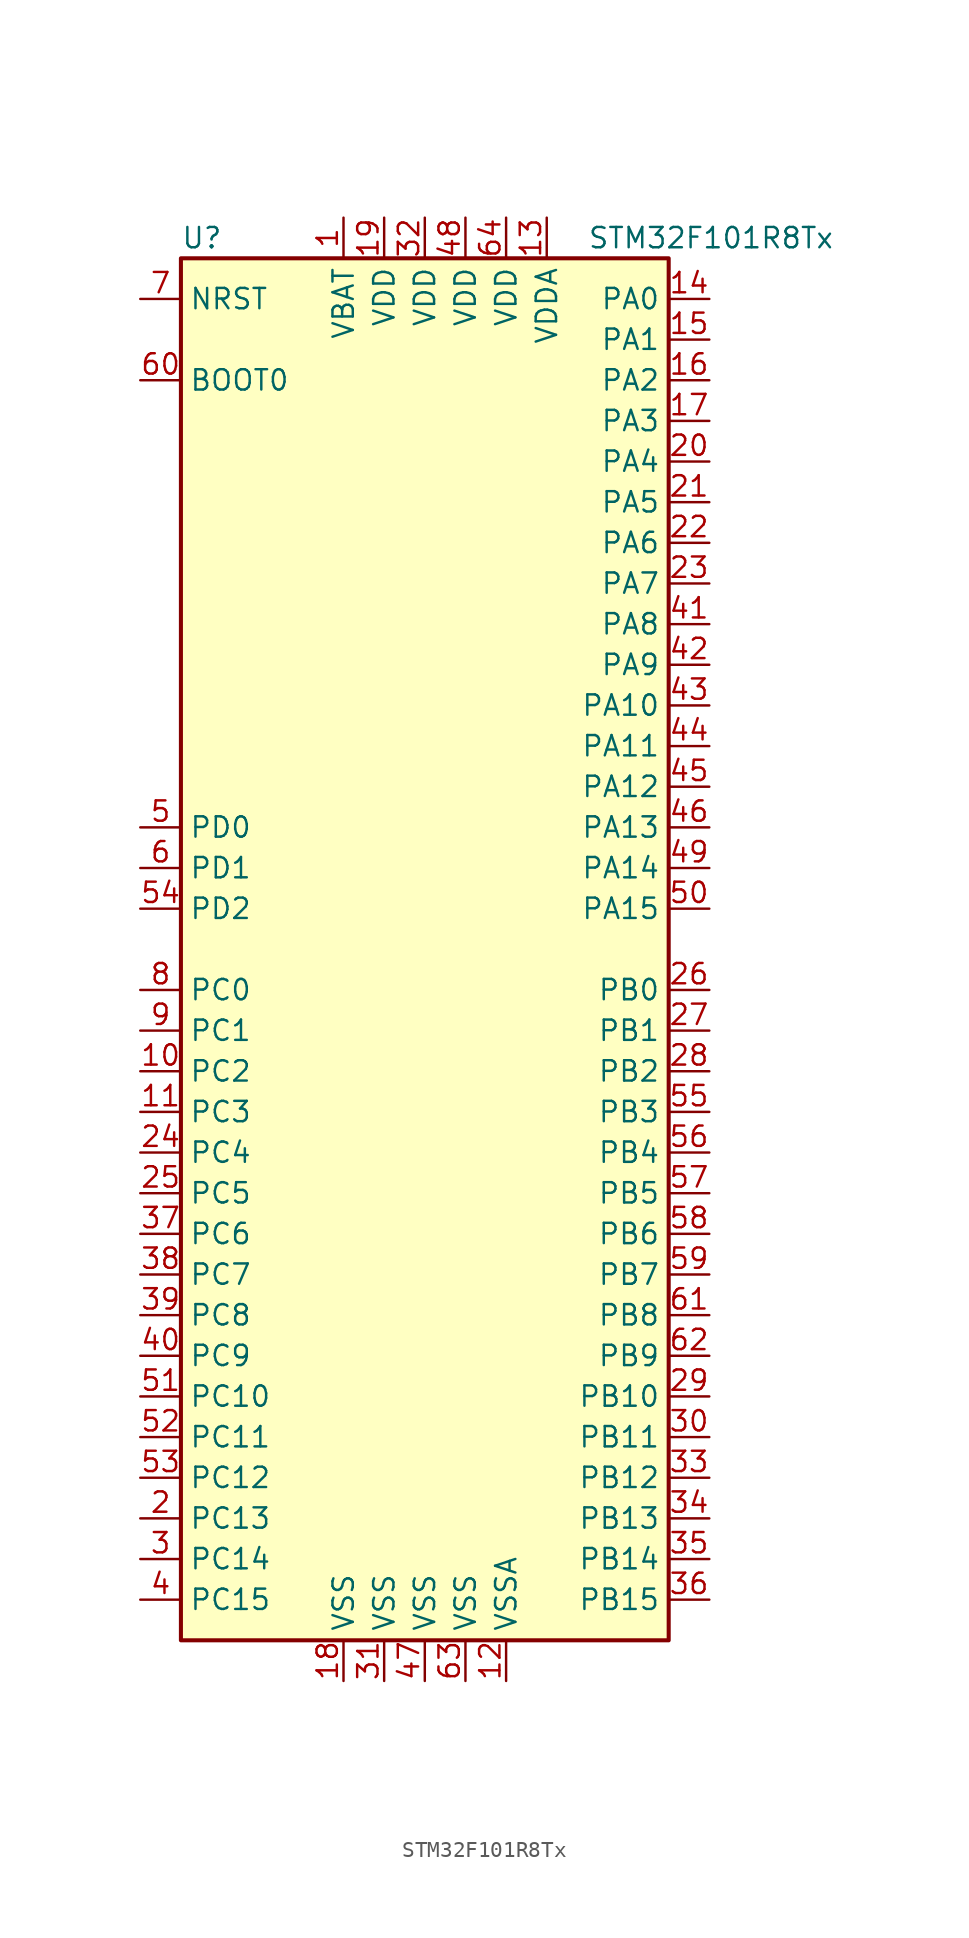
<source format=kicad_sym>
(kicad_symbol_lib
  (version 20201005)
  (generator kicad_symbol_editor)
  (symbol "STM32F101R8Tx"
    (property "Reference" "U"
      (at -15.24 44.45 0)
      (effects (font (size 1.27 1.27)) (justify left)))
    (property "Value" "STM32F101R8Tx"
      (at 10.16 44.45 0)
      (effects (font (size 1.27 1.27)) (justify left)))
    (symbol "STM32F101R8Tx_0_1"
      (rectangle (start -15.24 -43.18) (end 15.24 43.18) (stroke (width 0.254)) (fill (type background))))
    (symbol "STM32F101R8Tx_1_1"
      (pin power_in line (at -5.08 45.72 270) (length 2.54) (name "VBAT" (effects (font (size 1.27 1.27)))) (number "1" (effects (font (size 1.27 1.27)))))
      (pin bidirectional line (at -17.78 -7.62 0) (length 2.54) (name "PC2" (effects (font (size 1.27 1.27)))) (number "10" (effects (font (size 1.27 1.27)))))
      (pin bidirectional line (at -17.78 -10.16 0) (length 2.54) (name "PC3" (effects (font (size 1.27 1.27)))) (number "11" (effects (font (size 1.27 1.27)))))
      (pin power_in line (at 5.08 -45.72 90) (length 2.54) (name "VSSA" (effects (font (size 1.27 1.27)))) (number "12" (effects (font (size 1.27 1.27)))))
      (pin power_in line (at 7.62 45.72 270) (length 2.54) (name "VDDA" (effects (font (size 1.27 1.27)))) (number "13" (effects (font (size 1.27 1.27)))))
      (pin bidirectional line (at 17.78 40.64 180) (length 2.54) (name "PA0" (effects (font (size 1.27 1.27)))) (number "14" (effects (font (size 1.27 1.27)))))
      (pin bidirectional line (at 17.78 38.1 180) (length 2.54) (name "PA1" (effects (font (size 1.27 1.27)))) (number "15" (effects (font (size 1.27 1.27)))))
      (pin bidirectional line (at 17.78 35.56 180) (length 2.54) (name "PA2" (effects (font (size 1.27 1.27)))) (number "16" (effects (font (size 1.27 1.27)))))
      (pin bidirectional line (at 17.78 33.02 180) (length 2.54) (name "PA3" (effects (font (size 1.27 1.27)))) (number "17" (effects (font (size 1.27 1.27)))))
      (pin power_in line (at -5.08 -45.72 90) (length 2.54) (name "VSS" (effects (font (size 1.27 1.27)))) (number "18" (effects (font (size 1.27 1.27)))))
      (pin power_in line (at -2.54 45.72 270) (length 2.54) (name "VDD" (effects (font (size 1.27 1.27)))) (number "19" (effects (font (size 1.27 1.27)))))
      (pin bidirectional line (at -17.78 -35.56 0) (length 2.54) (name "PC13" (effects (font (size 1.27 1.27)))) (number "2" (effects (font (size 1.27 1.27)))))
      (pin bidirectional line (at 17.78 30.48 180) (length 2.54) (name "PA4" (effects (font (size 1.27 1.27)))) (number "20" (effects (font (size 1.27 1.27)))))
      (pin bidirectional line (at 17.78 27.94 180) (length 2.54) (name "PA5" (effects (font (size 1.27 1.27)))) (number "21" (effects (font (size 1.27 1.27)))))
      (pin bidirectional line (at 17.78 25.4 180) (length 2.54) (name "PA6" (effects (font (size 1.27 1.27)))) (number "22" (effects (font (size 1.27 1.27)))))
      (pin bidirectional line (at 17.78 22.86 180) (length 2.54) (name "PA7" (effects (font (size 1.27 1.27)))) (number "23" (effects (font (size 1.27 1.27)))))
      (pin bidirectional line (at -17.78 -12.7 0) (length 2.54) (name "PC4" (effects (font (size 1.27 1.27)))) (number "24" (effects (font (size 1.27 1.27)))))
      (pin bidirectional line (at -17.78 -15.24 0) (length 2.54) (name "PC5" (effects (font (size 1.27 1.27)))) (number "25" (effects (font (size 1.27 1.27)))))
      (pin bidirectional line (at 17.78 -2.54 180) (length 2.54) (name "PB0" (effects (font (size 1.27 1.27)))) (number "26" (effects (font (size 1.27 1.27)))))
      (pin bidirectional line (at 17.78 -5.08 180) (length 2.54) (name "PB1" (effects (font (size 1.27 1.27)))) (number "27" (effects (font (size 1.27 1.27)))))
      (pin bidirectional line (at 17.78 -7.62 180) (length 2.54) (name "PB2" (effects (font (size 1.27 1.27)))) (number "28" (effects (font (size 1.27 1.27)))))
      (pin bidirectional line (at 17.78 -27.94 180) (length 2.54) (name "PB10" (effects (font (size 1.27 1.27)))) (number "29" (effects (font (size 1.27 1.27)))))
      (pin bidirectional line (at -17.78 -38.1 0) (length 2.54) (name "PC14" (effects (font (size 1.27 1.27)))) (number "3" (effects (font (size 1.27 1.27)))))
      (pin bidirectional line (at 17.78 -30.48 180) (length 2.54) (name "PB11" (effects (font (size 1.27 1.27)))) (number "30" (effects (font (size 1.27 1.27)))))
      (pin power_in line (at -2.54 -45.72 90) (length 2.54) (name "VSS" (effects (font (size 1.27 1.27)))) (number "31" (effects (font (size 1.27 1.27)))))
      (pin power_in line (at 0 45.72 270) (length 2.54) (name "VDD" (effects (font (size 1.27 1.27)))) (number "32" (effects (font (size 1.27 1.27)))))
      (pin bidirectional line (at 17.78 -33.02 180) (length 2.54) (name "PB12" (effects (font (size 1.27 1.27)))) (number "33" (effects (font (size 1.27 1.27)))))
      (pin bidirectional line (at 17.78 -35.56 180) (length 2.54) (name "PB13" (effects (font (size 1.27 1.27)))) (number "34" (effects (font (size 1.27 1.27)))))
      (pin bidirectional line (at 17.78 -38.1 180) (length 2.54) (name "PB14" (effects (font (size 1.27 1.27)))) (number "35" (effects (font (size 1.27 1.27)))))
      (pin bidirectional line (at 17.78 -40.64 180) (length 2.54) (name "PB15" (effects (font (size 1.27 1.27)))) (number "36" (effects (font (size 1.27 1.27)))))
      (pin bidirectional line (at -17.78 -17.78 0) (length 2.54) (name "PC6" (effects (font (size 1.27 1.27)))) (number "37" (effects (font (size 1.27 1.27)))))
      (pin bidirectional line (at -17.78 -20.32 0) (length 2.54) (name "PC7" (effects (font (size 1.27 1.27)))) (number "38" (effects (font (size 1.27 1.27)))))
      (pin bidirectional line (at -17.78 -22.86 0) (length 2.54) (name "PC8" (effects (font (size 1.27 1.27)))) (number "39" (effects (font (size 1.27 1.27)))))
      (pin bidirectional line (at -17.78 -40.64 0) (length 2.54) (name "PC15" (effects (font (size 1.27 1.27)))) (number "4" (effects (font (size 1.27 1.27)))))
      (pin bidirectional line (at -17.78 -25.4 0) (length 2.54) (name "PC9" (effects (font (size 1.27 1.27)))) (number "40" (effects (font (size 1.27 1.27)))))
      (pin bidirectional line (at 17.78 20.32 180) (length 2.54) (name "PA8" (effects (font (size 1.27 1.27)))) (number "41" (effects (font (size 1.27 1.27)))))
      (pin bidirectional line (at 17.78 17.78 180) (length 2.54) (name "PA9" (effects (font (size 1.27 1.27)))) (number "42" (effects (font (size 1.27 1.27)))))
      (pin bidirectional line (at 17.78 15.24 180) (length 2.54) (name "PA10" (effects (font (size 1.27 1.27)))) (number "43" (effects (font (size 1.27 1.27)))))
      (pin bidirectional line (at 17.78 12.7 180) (length 2.54) (name "PA11" (effects (font (size 1.27 1.27)))) (number "44" (effects (font (size 1.27 1.27)))))
      (pin bidirectional line (at 17.78 10.16 180) (length 2.54) (name "PA12" (effects (font (size 1.27 1.27)))) (number "45" (effects (font (size 1.27 1.27)))))
      (pin bidirectional line (at 17.78 7.62 180) (length 2.54) (name "PA13" (effects (font (size 1.27 1.27)))) (number "46" (effects (font (size 1.27 1.27)))))
      (pin power_in line (at 0 -45.72 90) (length 2.54) (name "VSS" (effects (font (size 1.27 1.27)))) (number "47" (effects (font (size 1.27 1.27)))))
      (pin power_in line (at 2.54 45.72 270) (length 2.54) (name "VDD" (effects (font (size 1.27 1.27)))) (number "48" (effects (font (size 1.27 1.27)))))
      (pin bidirectional line (at 17.78 5.08 180) (length 2.54) (name "PA14" (effects (font (size 1.27 1.27)))) (number "49" (effects (font (size 1.27 1.27)))))
      (pin input line (at -17.78 7.62 0) (length 2.54) (name "PD0" (effects (font (size 1.27 1.27)))) (number "5" (effects (font (size 1.27 1.27)))))
      (pin bidirectional line (at 17.78 2.54 180) (length 2.54) (name "PA15" (effects (font (size 1.27 1.27)))) (number "50" (effects (font (size 1.27 1.27)))))
      (pin bidirectional line (at -17.78 -27.94 0) (length 2.54) (name "PC10" (effects (font (size 1.27 1.27)))) (number "51" (effects (font (size 1.27 1.27)))))
      (pin bidirectional line (at -17.78 -30.48 0) (length 2.54) (name "PC11" (effects (font (size 1.27 1.27)))) (number "52" (effects (font (size 1.27 1.27)))))
      (pin bidirectional line (at -17.78 -33.02 0) (length 2.54) (name "PC12" (effects (font (size 1.27 1.27)))) (number "53" (effects (font (size 1.27 1.27)))))
      (pin bidirectional line (at -17.78 2.54 0) (length 2.54) (name "PD2" (effects (font (size 1.27 1.27)))) (number "54" (effects (font (size 1.27 1.27)))))
      (pin bidirectional line (at 17.78 -10.16 180) (length 2.54) (name "PB3" (effects (font (size 1.27 1.27)))) (number "55" (effects (font (size 1.27 1.27)))))
      (pin bidirectional line (at 17.78 -12.7 180) (length 2.54) (name "PB4" (effects (font (size 1.27 1.27)))) (number "56" (effects (font (size 1.27 1.27)))))
      (pin bidirectional line (at 17.78 -15.24 180) (length 2.54) (name "PB5" (effects (font (size 1.27 1.27)))) (number "57" (effects (font (size 1.27 1.27)))))
      (pin bidirectional line (at 17.78 -17.78 180) (length 2.54) (name "PB6" (effects (font (size 1.27 1.27)))) (number "58" (effects (font (size 1.27 1.27)))))
      (pin bidirectional line (at 17.78 -20.32 180) (length 2.54) (name "PB7" (effects (font (size 1.27 1.27)))) (number "59" (effects (font (size 1.27 1.27)))))
      (pin input line (at -17.78 5.08 0) (length 2.54) (name "PD1" (effects (font (size 1.27 1.27)))) (number "6" (effects (font (size 1.27 1.27)))))
      (pin input line (at -17.78 35.56 0) (length 2.54) (name "BOOT0" (effects (font (size 1.27 1.27)))) (number "60" (effects (font (size 1.27 1.27)))))
      (pin bidirectional line (at 17.78 -22.86 180) (length 2.54) (name "PB8" (effects (font (size 1.27 1.27)))) (number "61" (effects (font (size 1.27 1.27)))))
      (pin bidirectional line (at 17.78 -25.4 180) (length 2.54) (name "PB9" (effects (font (size 1.27 1.27)))) (number "62" (effects (font (size 1.27 1.27)))))
      (pin power_in line (at 2.54 -45.72 90) (length 2.54) (name "VSS" (effects (font (size 1.27 1.27)))) (number "63" (effects (font (size 1.27 1.27)))))
      (pin power_in line (at 5.08 45.72 270) (length 2.54) (name "VDD" (effects (font (size 1.27 1.27)))) (number "64" (effects (font (size 1.27 1.27)))))
      (pin input line (at -17.78 40.64 0) (length 2.54) (name "NRST" (effects (font (size 1.27 1.27)))) (number "7" (effects (font (size 1.27 1.27)))))
      (pin bidirectional line (at -17.78 -2.54 0) (length 2.54) (name "PC0" (effects (font (size 1.27 1.27)))) (number "8" (effects (font (size 1.27 1.27)))))
      (pin bidirectional line (at -17.78 -5.08 0) (length 2.54) (name "PC1" (effects (font (size 1.27 1.27)))) (number "9" (effects (font (size 1.27 1.27))))))))
</source>
